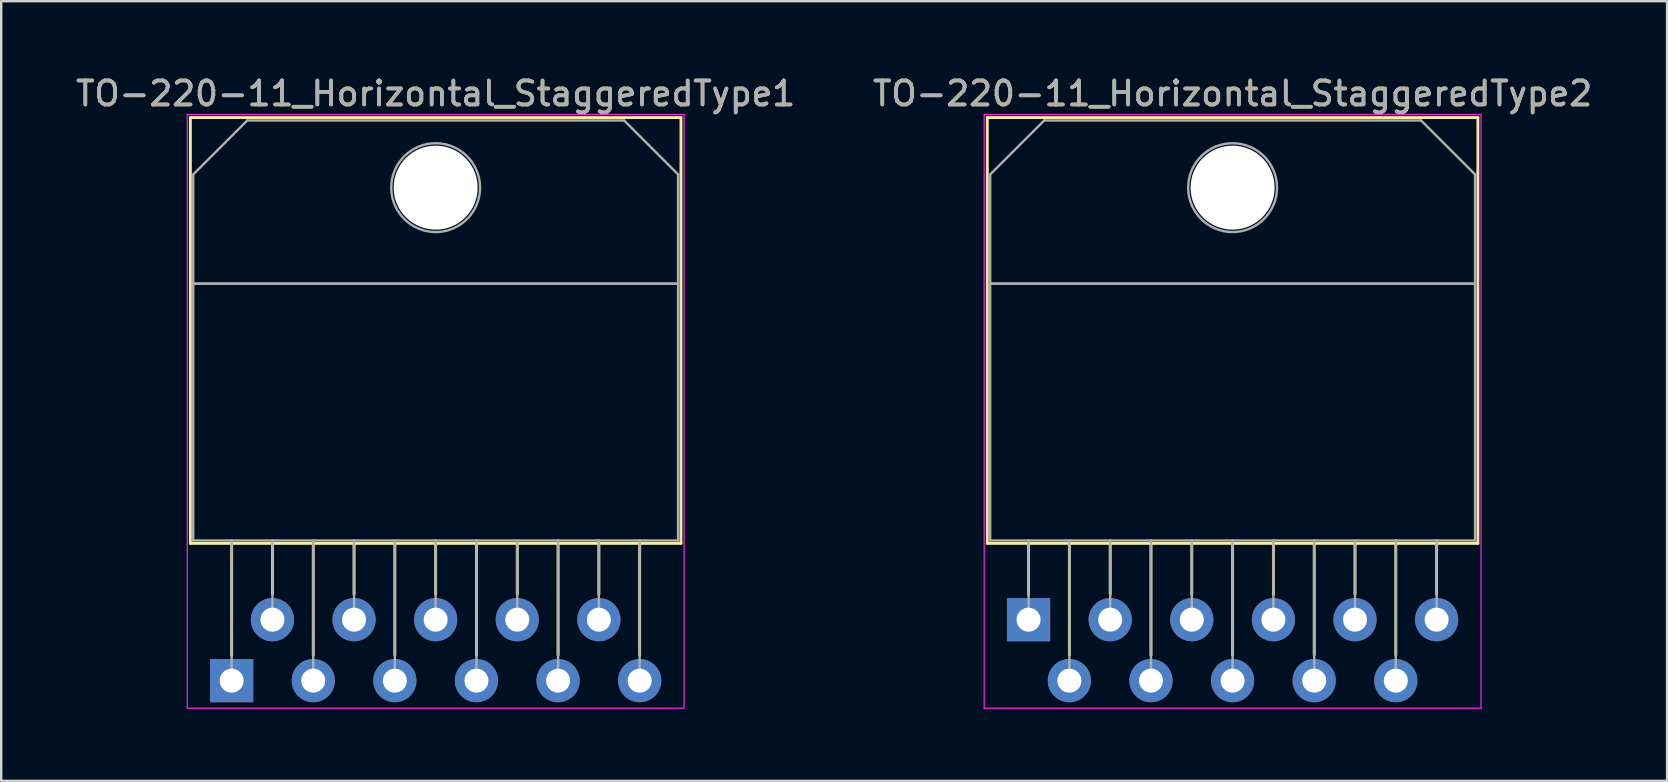
<source format=kicad_pcb>
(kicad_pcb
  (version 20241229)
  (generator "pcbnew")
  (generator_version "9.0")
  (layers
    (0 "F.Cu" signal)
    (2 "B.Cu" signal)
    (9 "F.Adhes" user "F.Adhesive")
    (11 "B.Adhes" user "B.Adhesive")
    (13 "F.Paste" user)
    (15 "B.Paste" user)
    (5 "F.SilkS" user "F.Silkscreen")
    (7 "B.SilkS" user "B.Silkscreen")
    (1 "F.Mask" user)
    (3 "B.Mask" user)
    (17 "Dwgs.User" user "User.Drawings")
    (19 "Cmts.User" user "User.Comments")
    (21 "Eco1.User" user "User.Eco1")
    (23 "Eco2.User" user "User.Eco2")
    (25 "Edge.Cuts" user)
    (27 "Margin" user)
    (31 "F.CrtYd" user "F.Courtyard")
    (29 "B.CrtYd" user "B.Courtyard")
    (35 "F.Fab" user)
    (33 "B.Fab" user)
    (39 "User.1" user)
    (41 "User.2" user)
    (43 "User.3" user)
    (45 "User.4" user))
  (footprint "TO-220-11_Horizontal_StaggeredType1"
    (layer "F.Cu")
    (at 6.601 25.308)
    (property "Reference" "TO-220-11_Horizontal_StaggeredType1" (at 8.5 -24.46 0) (layer "F.SilkS") (effects (font (size 1 1) (thickness 0.15))))
    (attr through_hole)
    (fp_line (start -1.72 -23.46) (end -1.72 -5.72) (stroke (width 0.12) (type solid)) (layer "F.SilkS"))
    (fp_line (start -1.72 -23.46) (end 18.72 -23.46) (stroke (width 0.12) (type solid)) (layer "F.SilkS"))
    (fp_line (start -1.72 -5.72) (end 18.72 -5.72) (stroke (width 0.12) (type solid)) (layer "F.SilkS"))
    (fp_line (start 0 -5.72) (end 0 -1.05) (stroke (width 0.12) (type solid)) (layer "F.SilkS"))
    (fp_line (start 1.7 -5.72) (end 1.7 -3.606) (stroke (width 0.12) (type solid)) (layer "F.SilkS"))
    (fp_line (start 3.4 -5.72) (end 3.4 -1.065) (stroke (width 0.12) (type solid)) (layer "F.SilkS"))
    (fp_line (start 5.1 -5.72) (end 5.1 -3.606) (stroke (width 0.12) (type solid)) (layer "F.SilkS"))
    (fp_line (start 6.8 -5.72) (end 6.8 -1.065) (stroke (width 0.12) (type solid)) (layer "F.SilkS"))
    (fp_line (start 8.5 -5.72) (end 8.5 -3.606) (stroke (width 0.12) (type solid)) (layer "F.SilkS"))
    (fp_line (start 10.2 -5.72) (end 10.2 -1.065) (stroke (width 0.12) (type solid)) (layer "F.SilkS"))
    (fp_line (start 11.9 -5.72) (end 11.9 -3.606) (stroke (width 0.12) (type solid)) (layer "F.SilkS"))
    (fp_line (start 13.6 -5.72) (end 13.6 -1.065) (stroke (width 0.12) (type solid)) (layer "F.SilkS"))
    (fp_line (start 15.3 -5.72) (end 15.3 -3.606) (stroke (width 0.12) (type solid)) (layer "F.SilkS"))
    (fp_line (start 17 -5.72) (end 17 -1.065) (stroke (width 0.12) (type solid)) (layer "F.SilkS"))
    (fp_line (start 18.72 -23.46) (end 18.72 -5.72) (stroke (width 0.12) (type solid)) (layer "F.SilkS"))
    (fp_line (start -1.85 -23.59) (end -1.85 1.15) (stroke (width 0.05) (type solid)) (layer "F.CrtYd"))
    (fp_line (start -1.85 1.15) (end 18.85 1.15) (stroke (width 0.05) (type solid)) (layer "F.CrtYd"))
    (fp_line (start 18.85 -23.59) (end -1.85 -23.59) (stroke (width 0.05) (type solid)) (layer "F.CrtYd"))
    (fp_line (start 18.85 1.15) (end 18.85 -23.59) (stroke (width 0.05) (type solid)) (layer "F.CrtYd"))
    (fp_line (start -1.6 -21.09) (end 0.651 -23.34) (stroke (width 0.1) (type solid)) (layer "F.Fab"))
    (fp_line (start -1.6 -16.54) (end -1.6 -21.09) (stroke (width 0.1) (type solid)) (layer "F.Fab"))
    (fp_line (start -1.6 -16.54) (end 18.6 -16.54) (stroke (width 0.1) (type solid)) (layer "F.Fab"))
    (fp_line (start -1.6 -5.84) (end -1.6 -16.54) (stroke (width 0.1) (type solid)) (layer "F.Fab"))
    (fp_line (start 0 -5.84) (end 0 0) (stroke (width 0.1) (type solid)) (layer "F.Fab"))
    (fp_line (start 0.651 -23.34) (end 16.351 -23.34) (stroke (width 0.1) (type solid)) (layer "F.Fab"))
    (fp_line (start 1.7 -5.84) (end 1.7 -2.54) (stroke (width 0.1) (type solid)) (layer "F.Fab"))
    (fp_line (start 3.4 -5.84) (end 3.4 0) (stroke (width 0.1) (type solid)) (layer "F.Fab"))
    (fp_line (start 5.1 -5.84) (end 5.1 -2.54) (stroke (width 0.1) (type solid)) (layer "F.Fab"))
    (fp_line (start 6.8 -5.84) (end 6.8 0) (stroke (width 0.1) (type solid)) (layer "F.Fab"))
    (fp_line (start 8.5 -5.84) (end 8.5 -2.54) (stroke (width 0.1) (type solid)) (layer "F.Fab"))
    (fp_line (start 10.2 -5.84) (end 10.2 0) (stroke (width 0.1) (type solid)) (layer "F.Fab"))
    (fp_line (start 11.9 -5.84) (end 11.9 -2.54) (stroke (width 0.1) (type solid)) (layer "F.Fab"))
    (fp_line (start 13.6 -5.84) (end 13.6 0) (stroke (width 0.1) (type solid)) (layer "F.Fab"))
    (fp_line (start 15.3 -5.84) (end 15.3 -2.54) (stroke (width 0.1) (type solid)) (layer "F.Fab"))
    (fp_line (start 16.351 -23.34) (end 18.6 -21.09) (stroke (width 0.1) (type solid)) (layer "F.Fab"))
    (fp_line (start 17 -5.84) (end 17 0) (stroke (width 0.1) (type solid)) (layer "F.Fab"))
    (fp_line (start 18.6 -21.09) (end 18.6 -16.54) (stroke (width 0.1) (type solid)) (layer "F.Fab"))
    (fp_line (start 18.6 -16.54) (end -1.6 -16.54) (stroke (width 0.1) (type solid)) (layer "F.Fab"))
    (fp_line (start 18.6 -16.54) (end 18.6 -5.84) (stroke (width 0.1) (type solid)) (layer "F.Fab"))
    (fp_line (start 18.6 -5.84) (end -1.6 -5.84) (stroke (width 0.1) (type solid)) (layer "F.Fab"))
    (fp_circle (center 8.5 -20.54) (end 10.35 -20.54) (stroke (width 0.1) (type solid)) (fill no) (layer "F.Fab"))
    (fp_text user "${REFERENCE}" (at 8.5 -24.46 0) (layer "F.Fab") (effects (font (size 1 1) (thickness 0.15))))
    (pad "" np_thru_hole oval (at 8.5 -20.54) (size 3.5 3.5) (drill 3.5) (layers "*.Cu" "*.Mask"))
    (pad "1" thru_hole rect (at 0 0) (size 1.8 1.8) (drill 1) (layers "*.Cu" "*.Mask"))
    (pad "2" thru_hole oval (at 1.7 -2.54) (size 1.8 1.8) (drill 1) (layers "*.Cu" "*.Mask"))
    (pad "3" thru_hole oval (at 3.4 0) (size 1.8 1.8) (drill 1) (layers "*.Cu" "*.Mask"))
    (pad "4" thru_hole oval (at 5.1 -2.54) (size 1.8 1.8) (drill 1) (layers "*.Cu" "*.Mask"))
    (pad "5" thru_hole oval (at 6.8 0) (size 1.8 1.8) (drill 1) (layers "*.Cu" "*.Mask"))
    (pad "6" thru_hole oval (at 8.5 -2.54) (size 1.8 1.8) (drill 1) (layers "*.Cu" "*.Mask"))
    (pad "7" thru_hole oval (at 10.2 0) (size 1.8 1.8) (drill 1) (layers "*.Cu" "*.Mask"))
    (pad "8" thru_hole oval (at 11.9 -2.54) (size 1.8 1.8) (drill 1) (layers "*.Cu" "*.Mask"))
    (pad "9" thru_hole oval (at 13.6 0) (size 1.8 1.8) (drill 1) (layers "*.Cu" "*.Mask"))
    (pad "10" thru_hole oval (at 15.3 -2.54) (size 1.8 1.8) (drill 1) (layers "*.Cu" "*.Mask"))
    (pad "11" thru_hole oval (at 17 0) (size 1.8 1.8) (drill 1) (layers "*.Cu" "*.Mask")))
  (footprint "TO-220-11_Horizontal_StaggeredType2"
    (layer "F.Cu")
    (at 39.804 22.768)
    (property "Reference" "TO-220-11_Horizontal_StaggeredType2" (at 8.5 -21.92 0) (layer "F.SilkS") (effects (font (size 1 1) (thickness 0.15))))
    (attr through_hole)
    (fp_line (start -1.72 -20.92) (end -1.72 -3.18) (stroke (width 0.12) (type solid)) (layer "F.SilkS"))
    (fp_line (start -1.72 -20.92) (end 18.72 -20.92) (stroke (width 0.12) (type solid)) (layer "F.SilkS"))
    (fp_line (start -1.72 -3.18) (end 18.72 -3.18) (stroke (width 0.12) (type solid)) (layer "F.SilkS"))
    (fp_line (start 0 -3.18) (end 0 -1.05) (stroke (width 0.12) (type solid)) (layer "F.SilkS"))
    (fp_line (start 1.7 -3.18) (end 1.7 1.475) (stroke (width 0.12) (type solid)) (layer "F.SilkS"))
    (fp_line (start 3.4 -3.18) (end 3.4 -1.066) (stroke (width 0.12) (type solid)) (layer "F.SilkS"))
    (fp_line (start 5.1 -3.18) (end 5.1 1.475) (stroke (width 0.12) (type solid)) (layer "F.SilkS"))
    (fp_line (start 6.8 -3.18) (end 6.8 -1.066) (stroke (width 0.12) (type solid)) (layer "F.SilkS"))
    (fp_line (start 8.5 -3.18) (end 8.5 1.475) (stroke (width 0.12) (type solid)) (layer "F.SilkS"))
    (fp_line (start 10.2 -3.18) (end 10.2 -1.066) (stroke (width 0.12) (type solid)) (layer "F.SilkS"))
    (fp_line (start 11.9 -3.18) (end 11.9 1.475) (stroke (width 0.12) (type solid)) (layer "F.SilkS"))
    (fp_line (start 13.6 -3.18) (end 13.6 -1.066) (stroke (width 0.12) (type solid)) (layer "F.SilkS"))
    (fp_line (start 15.3 -3.18) (end 15.3 1.475) (stroke (width 0.12) (type solid)) (layer "F.SilkS"))
    (fp_line (start 17 -3.18) (end 17 -1.066) (stroke (width 0.12) (type solid)) (layer "F.SilkS"))
    (fp_line (start 18.72 -20.92) (end 18.72 -3.18) (stroke (width 0.12) (type solid)) (layer "F.SilkS"))
    (fp_line (start -1.85 -21.05) (end -1.85 3.69) (stroke (width 0.05) (type solid)) (layer "F.CrtYd"))
    (fp_line (start -1.85 3.69) (end 18.85 3.69) (stroke (width 0.05) (type solid)) (layer "F.CrtYd"))
    (fp_line (start 18.85 -21.05) (end -1.85 -21.05) (stroke (width 0.05) (type solid)) (layer "F.CrtYd"))
    (fp_line (start 18.85 3.69) (end 18.85 -21.05) (stroke (width 0.05) (type solid)) (layer "F.CrtYd"))
    (fp_line (start -1.6 -18.55) (end 0.651 -20.8) (stroke (width 0.1) (type solid)) (layer "F.Fab"))
    (fp_line (start -1.6 -14) (end -1.6 -18.55) (stroke (width 0.1) (type solid)) (layer "F.Fab"))
    (fp_line (start -1.6 -14) (end 18.6 -14) (stroke (width 0.1) (type solid)) (layer "F.Fab"))
    (fp_line (start -1.6 -3.3) (end -1.6 -14) (stroke (width 0.1) (type solid)) (layer "F.Fab"))
    (fp_line (start 0 -3.3) (end 0 0) (stroke (width 0.1) (type solid)) (layer "F.Fab"))
    (fp_line (start 0.651 -20.8) (end 16.351 -20.8) (stroke (width 0.1) (type solid)) (layer "F.Fab"))
    (fp_line (start 1.7 -3.3) (end 1.7 2.54) (stroke (width 0.1) (type solid)) (layer "F.Fab"))
    (fp_line (start 3.4 -3.3) (end 3.4 0) (stroke (width 0.1) (type solid)) (layer "F.Fab"))
    (fp_line (start 5.1 -3.3) (end 5.1 2.54) (stroke (width 0.1) (type solid)) (layer "F.Fab"))
    (fp_line (start 6.8 -3.3) (end 6.8 0) (stroke (width 0.1) (type solid)) (layer "F.Fab"))
    (fp_line (start 8.5 -3.3) (end 8.5 2.54) (stroke (width 0.1) (type solid)) (layer "F.Fab"))
    (fp_line (start 10.2 -3.3) (end 10.2 0) (stroke (width 0.1) (type solid)) (layer "F.Fab"))
    (fp_line (start 11.9 -3.3) (end 11.9 2.54) (stroke (width 0.1) (type solid)) (layer "F.Fab"))
    (fp_line (start 13.6 -3.3) (end 13.6 0) (stroke (width 0.1) (type solid)) (layer "F.Fab"))
    (fp_line (start 15.3 -3.3) (end 15.3 2.54) (stroke (width 0.1) (type solid)) (layer "F.Fab"))
    (fp_line (start 16.351 -20.8) (end 18.6 -18.55) (stroke (width 0.1) (type solid)) (layer "F.Fab"))
    (fp_line (start 17 -3.3) (end 17 0) (stroke (width 0.1) (type solid)) (layer "F.Fab"))
    (fp_line (start 18.6 -18.55) (end 18.6 -14) (stroke (width 0.1) (type solid)) (layer "F.Fab"))
    (fp_line (start 18.6 -14) (end -1.6 -14) (stroke (width 0.1) (type solid)) (layer "F.Fab"))
    (fp_line (start 18.6 -14) (end 18.6 -3.3) (stroke (width 0.1) (type solid)) (layer "F.Fab"))
    (fp_line (start 18.6 -3.3) (end -1.6 -3.3) (stroke (width 0.1) (type solid)) (layer "F.Fab"))
    (fp_circle (center 8.5 -18) (end 10.35 -18) (stroke (width 0.1) (type solid)) (fill no) (layer "F.Fab"))
    (fp_text user "${REFERENCE}" (at 8.5 -21.92 0) (layer "F.Fab") (effects (font (size 1 1) (thickness 0.15))))
    (pad "" np_thru_hole oval (at 8.5 -18) (size 3.5 3.5) (drill 3.5) (layers "*.Cu" "*.Mask"))
    (pad "1" thru_hole rect (at 0 0) (size 1.8 1.8) (drill 1) (layers "*.Cu" "*.Mask"))
    (pad "2" thru_hole oval (at 1.7 2.54) (size 1.8 1.8) (drill 1) (layers "*.Cu" "*.Mask"))
    (pad "3" thru_hole oval (at 3.4 0) (size 1.8 1.8) (drill 1) (layers "*.Cu" "*.Mask"))
    (pad "4" thru_hole oval (at 5.1 2.54) (size 1.8 1.8) (drill 1) (layers "*.Cu" "*.Mask"))
    (pad "5" thru_hole oval (at 6.8 0) (size 1.8 1.8) (drill 1) (layers "*.Cu" "*.Mask"))
    (pad "6" thru_hole oval (at 8.5 2.54) (size 1.8 1.8) (drill 1) (layers "*.Cu" "*.Mask"))
    (pad "7" thru_hole oval (at 10.2 0) (size 1.8 1.8) (drill 1) (layers "*.Cu" "*.Mask"))
    (pad "8" thru_hole oval (at 11.9 2.54) (size 1.8 1.8) (drill 1) (layers "*.Cu" "*.Mask"))
    (pad "9" thru_hole oval (at 13.6 0) (size 1.8 1.8) (drill 1) (layers "*.Cu" "*.Mask"))
    (pad "10" thru_hole oval (at 15.3 2.54) (size 1.8 1.8) (drill 1) (layers "*.Cu" "*.Mask"))
    (pad "11" thru_hole oval (at 17 0) (size 1.8 1.8) (drill 1) (layers "*.Cu" "*.Mask")))
  (gr_rect
    (start -3 -3)
    (end 66.405 29.483)
    (stroke (width 0.1) (type default))
    (fill no)
    (layer "Edge.Cuts")))
</source>
